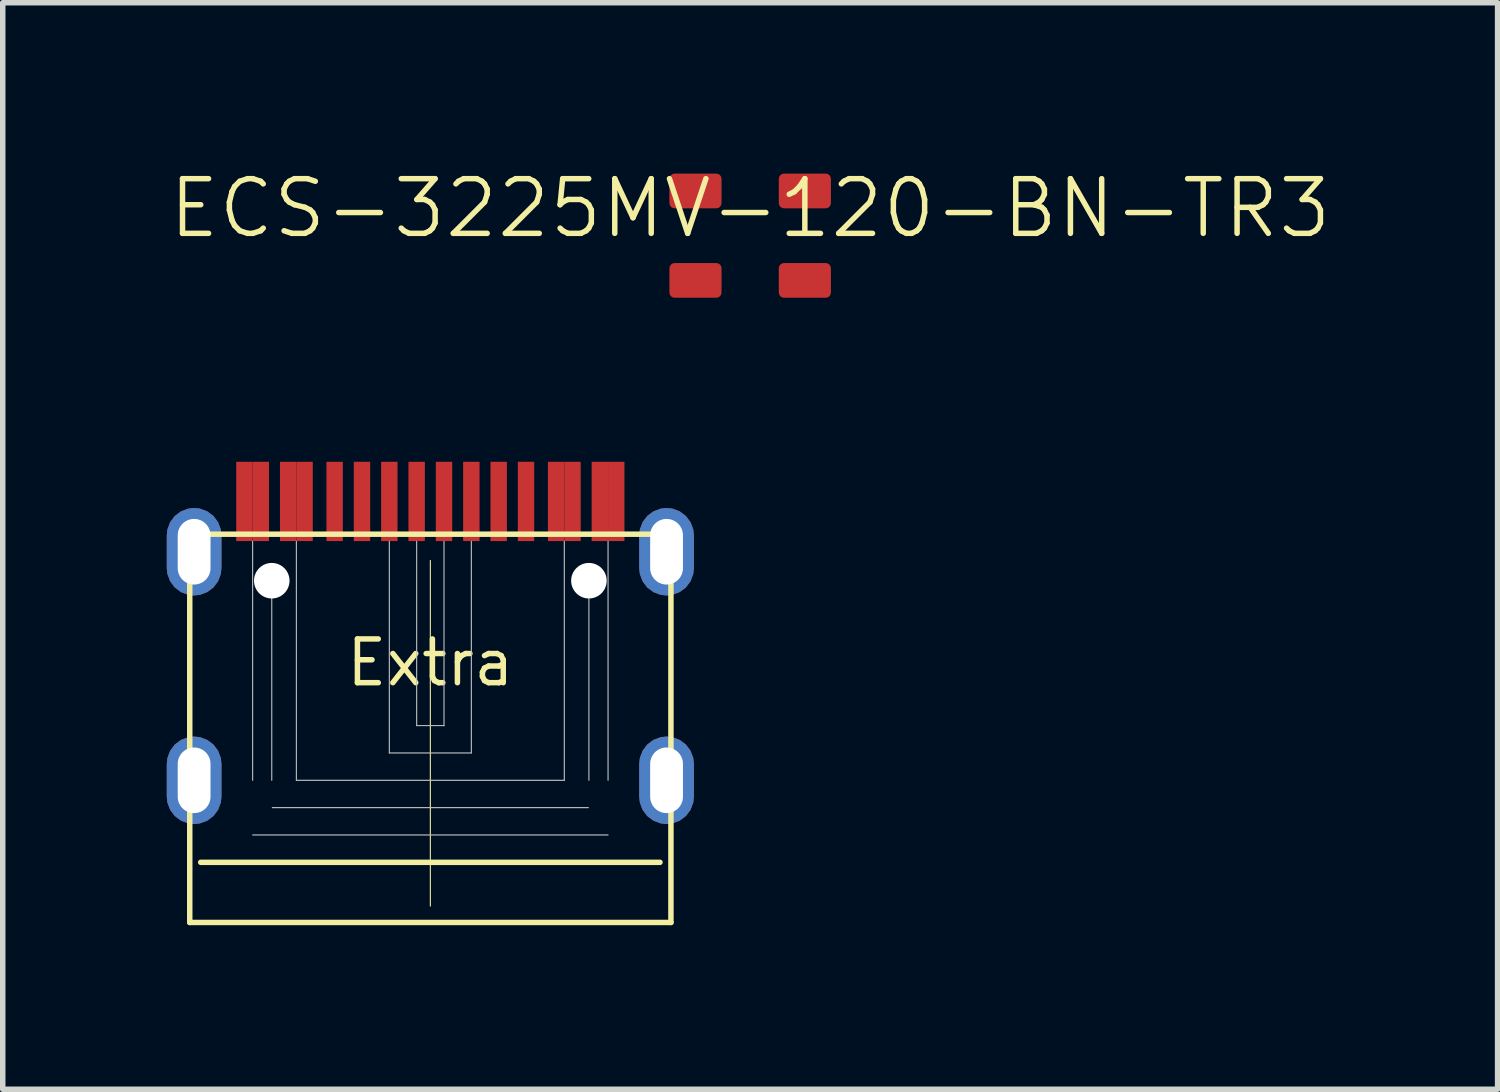
<source format=kicad_pcb>
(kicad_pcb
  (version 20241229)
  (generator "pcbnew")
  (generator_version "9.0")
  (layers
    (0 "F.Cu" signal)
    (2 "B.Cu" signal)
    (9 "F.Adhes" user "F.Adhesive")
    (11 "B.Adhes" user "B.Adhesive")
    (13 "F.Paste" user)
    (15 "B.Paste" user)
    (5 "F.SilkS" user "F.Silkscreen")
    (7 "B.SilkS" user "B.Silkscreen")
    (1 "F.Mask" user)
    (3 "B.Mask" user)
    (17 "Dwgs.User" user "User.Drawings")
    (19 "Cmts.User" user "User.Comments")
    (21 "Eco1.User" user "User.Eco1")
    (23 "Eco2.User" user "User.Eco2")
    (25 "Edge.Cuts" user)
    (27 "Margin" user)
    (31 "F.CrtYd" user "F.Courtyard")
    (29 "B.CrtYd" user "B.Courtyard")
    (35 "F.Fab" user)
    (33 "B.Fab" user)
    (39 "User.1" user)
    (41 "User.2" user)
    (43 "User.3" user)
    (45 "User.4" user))
  (footprint "ECS-3225MV-120-BN-TR3"
    (layer "F.Cu")
    (at 10.669 1.26)
    (property "Reference" "ECS-3225MV-120-BN-TR3" (at 0 -0.5 0) (unlocked yes) (layer "F.SilkS") (effects (font (size 1 1) (thickness 0.1))))
    (attr smd)
    (pad "1" smd roundrect (at -1 0.818) (size 0.953 0.635) (layers "F.Cu" "F.Mask" "F.Paste") (roundrect_rratio 0.15))
    (pad "2" smd roundrect (at 1 0.818) (size 0.953 0.635) (layers "F.Cu" "F.Mask" "F.Paste") (roundrect_rratio 0.15))
    (pad "3" smd roundrect (at 1 -0.818) (size 0.953 0.635) (layers "F.Cu" "F.Mask" "F.Paste") (roundrect_rratio 0.15))
    (pad "4" smd roundrect (at -1 -0.818) (size 0.953 0.635) (layers "F.Cu" "F.Mask" "F.Paste") (roundrect_rratio 0.15)))
  (footprint "Extra"
    (layer "F.Cu")
    (at 4.82 11.22)
    (property "Reference" "Extra" (at 0 -2.15 0) (layer "F.SilkS") (effects (font (size 0.8 0.8) (thickness 0.1))))
    (attr smd)
    (fp_line (start -4.4 -4.5) (end -4.4 2.6) (stroke (width 0.1) (type solid)) (layer "F.SilkS"))
    (fp_line (start -4.4 -4.5) (end 4.4 -4.5) (stroke (width 0.1) (type solid)) (layer "F.SilkS"))
    (fp_line (start 0 -4.02) (end 0 2.3) (stroke (width 0.02) (type solid)) (layer "F.SilkS"))
    (fp_line (start 4.2 1.5) (end -4.2 1.5) (stroke (width 0.1) (type solid)) (layer "F.SilkS"))
    (fp_line (start 4.4 -4.5) (end 4.4 2.6) (stroke (width 0.1) (type solid)) (layer "F.SilkS"))
    (fp_line (start 4.4 2.6) (end -4.4 2.6) (stroke (width 0.1) (type solid)) (layer "F.SilkS"))
    (fp_line (start -3.25 -4.37) (end -3.25 0) (stroke (width 0.02) (type solid)) (layer "Dwgs.User"))
    (fp_line (start -3.25 1) (end 3.25 1) (stroke (width 0.02) (type solid)) (layer "Dwgs.User"))
    (fp_line (start -2.9 -3.65) (end -2.9 0) (stroke (width 0.02) (type solid)) (layer "Dwgs.User"))
    (fp_line (start -2.89 0.5) (end 2.89 0.5) (stroke (width 0.02) (type solid)) (layer "Dwgs.User"))
    (fp_line (start -2.45 -4.37) (end -2.45 0) (stroke (width 0.02) (type solid)) (layer "Dwgs.User"))
    (fp_line (start -2.45 0) (end 2.45 0) (stroke (width 0.02) (type solid)) (layer "Dwgs.User"))
    (fp_line (start -0.75 -4.37) (end -0.75 -0.5) (stroke (width 0.02) (type solid)) (layer "Dwgs.User"))
    (fp_line (start -0.75 -0.5) (end 0.75 -0.5) (stroke (width 0.02) (type solid)) (layer "Dwgs.User"))
    (fp_line (start -0.25 -4.37) (end -0.25 -1) (stroke (width 0.02) (type solid)) (layer "Dwgs.User"))
    (fp_line (start -0.25 -1) (end 0.25 -1) (stroke (width 0.02) (type solid)) (layer "Dwgs.User"))
    (fp_line (start 0.25 -4.37) (end 0.25 -1) (stroke (width 0.02) (type solid)) (layer "Dwgs.User"))
    (fp_line (start 0.75 -4.37) (end 0.75 -0.5) (stroke (width 0.02) (type solid)) (layer "Dwgs.User"))
    (fp_line (start 2.45 -4.37) (end 2.45 0) (stroke (width 0.02) (type solid)) (layer "Dwgs.User"))
    (fp_line (start 2.9 -3.65) (end 2.9 0) (stroke (width 0.02) (type solid)) (layer "Dwgs.User"))
    (fp_line (start 3.25 -4.37) (end 3.25 0) (stroke (width 0.02) (type solid)) (layer "Dwgs.User"))
    (pad "" np_thru_hole circle (at -2.9 -3.65) (size 0.65 0.65) (drill 0.65) (layers "*.Cu" "*.Mask"))
    (pad "" np_thru_hole circle (at 2.9 -3.65) (size 0.65 0.65) (drill 0.65) (layers "*.Cu" "*.Mask"))
    (pad "A1" smd rect (at -3.4 -5.1) (size 0.3 1.45) (layers "F.Cu" "F.Mask" "F.Paste"))
    (pad "A4" smd rect (at -2.6 -5.1) (size 0.3 1.45) (layers "F.Cu" "F.Mask" "F.Paste"))
    (pad "A5" smd rect (at -1.25 -5.1) (size 0.3 1.45) (layers "F.Cu" "F.Mask" "F.Paste"))
    (pad "A6" smd rect (at -0.25 -5.1) (size 0.3 1.45) (layers "F.Cu" "F.Mask" "F.Paste"))
    (pad "A7" smd rect (at 0.25 -5.1) (size 0.3 1.45) (layers "F.Cu" "F.Mask" "F.Paste"))
    (pad "A8" smd rect (at 1.25 -5.1) (size 0.3 1.45) (layers "F.Cu" "F.Mask" "F.Paste"))
    (pad "A9" smd rect (at 2.6 -5.1) (size 0.3 1.45) (layers "F.Cu" "F.Mask" "F.Paste"))
    (pad "A12" smd rect (at 3.4 -5.1) (size 0.3 1.45) (layers "F.Cu" "F.Mask" "F.Paste"))
    (pad "B1" smd rect (at 3.1 -5.1) (size 0.3 1.45) (layers "F.Cu" "F.Mask" "F.Paste"))
    (pad "B4" smd rect (at 2.3 -5.1) (size 0.3 1.45) (layers "F.Cu" "F.Mask" "F.Paste"))
    (pad "B5" smd rect (at 1.75 -5.1) (size 0.3 1.45) (layers "F.Cu" "F.Mask" "F.Paste"))
    (pad "B6" smd rect (at 0.75 -5.1) (size 0.3 1.45) (layers "F.Cu" "F.Mask" "F.Paste"))
    (pad "B7" smd rect (at -0.75 -5.1) (size 0.3 1.45) (layers "F.Cu" "F.Mask" "F.Paste"))
    (pad "B8" smd rect (at -1.75 -5.1) (size 0.3 1.45) (layers "F.Cu" "F.Mask" "F.Paste"))
    (pad "B9" smd rect (at -2.3 -5.1) (size 0.3 1.45) (layers "F.Cu" "F.Mask" "F.Paste"))
    (pad "B12" smd rect (at -3.1 -5.1) (size 0.3 1.45) (layers "F.Cu" "F.Mask" "F.Paste"))
    (pad "S1" thru_hole roundrect (at -4.32 -4.18) (size 1 1.6) (drill oval 0.6 1.2) (layers "*.Cu" "*.Mask") (roundrect_rratio 0.5))
    (pad "S1" thru_hole roundrect (at -4.32 0) (size 1 1.6) (drill oval 0.6 1.2) (layers "*.Cu" "*.Mask") (roundrect_rratio 0.5))
    (pad "S1" thru_hole roundrect (at 4.32 -4.18) (size 1 1.6) (drill oval 0.6 1.2) (layers "*.Cu" "*.Mask") (roundrect_rratio 0.5))
    (pad "S1" thru_hole roundrect (at 4.32 0) (size 1 1.6) (drill oval 0.6 1.2) (layers "*.Cu" "*.Mask") (roundrect_rratio 0.5)))
  (gr_rect
    (start -3 -3)
    (end 24.338 16.87)
    (stroke (width 0.1) (type default))
    (fill no)
    (layer "Edge.Cuts")))
</source>
